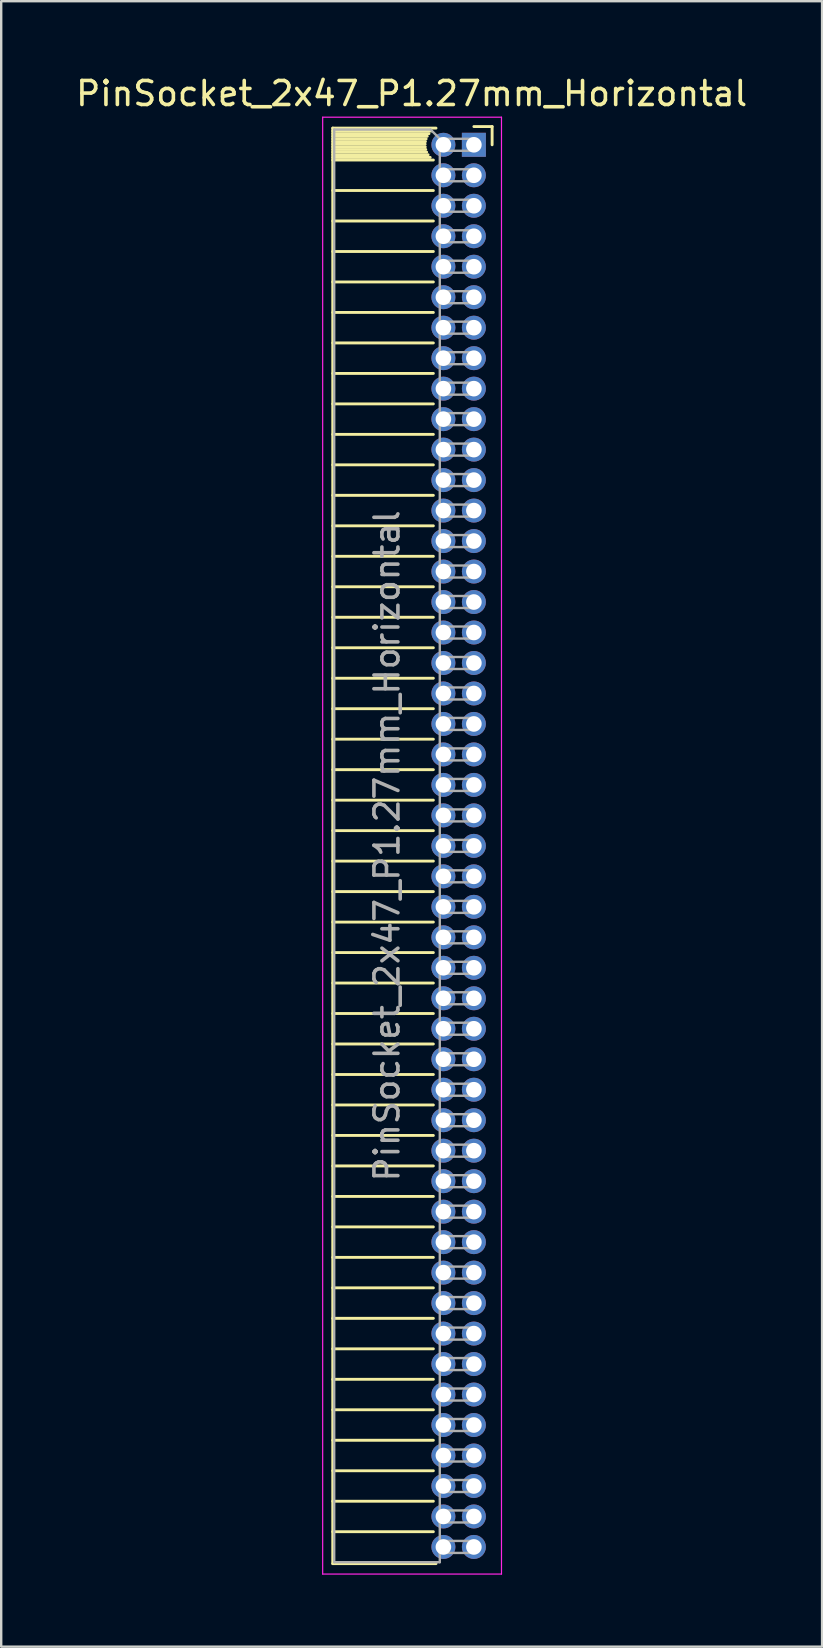
<source format=kicad_pcb>
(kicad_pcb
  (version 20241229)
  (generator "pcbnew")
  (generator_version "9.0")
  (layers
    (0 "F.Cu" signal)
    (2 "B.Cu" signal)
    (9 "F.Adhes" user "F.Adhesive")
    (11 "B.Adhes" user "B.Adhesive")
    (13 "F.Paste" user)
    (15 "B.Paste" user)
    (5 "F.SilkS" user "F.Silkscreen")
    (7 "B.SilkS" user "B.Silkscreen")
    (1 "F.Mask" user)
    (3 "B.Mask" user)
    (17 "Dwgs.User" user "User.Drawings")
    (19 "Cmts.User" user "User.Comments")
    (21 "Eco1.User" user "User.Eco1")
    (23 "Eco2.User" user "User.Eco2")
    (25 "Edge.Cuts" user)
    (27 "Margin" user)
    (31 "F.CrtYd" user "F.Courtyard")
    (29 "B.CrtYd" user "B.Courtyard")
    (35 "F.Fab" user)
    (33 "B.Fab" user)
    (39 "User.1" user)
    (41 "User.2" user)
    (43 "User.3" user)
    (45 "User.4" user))
  (footprint "PinSocket_2x47_P1.27mm_Horizontal"
    (layer "F.Cu")
    (at 16.694 2.983)
    (property "Reference" "PinSocket_2x47_P1.27mm_Horizontal" (at -2.592 -2.135 0) (layer "F.SilkS") (effects (font (size 1 1) (thickness 0.15))))
    (attr through_hole)
    (fp_line (start -5.88 -0.695) (end -5.88 59.115) (stroke (width 0.12) (type solid)) (layer "F.SilkS"))
    (fp_line (start -5.88 -0.695) (end -1.578 -0.695) (stroke (width 0.12) (type solid)) (layer "F.SilkS"))
    (fp_line (start -5.88 -0.575) (end -1.767 -0.575) (stroke (width 0.12) (type solid)) (layer "F.SilkS"))
    (fp_line (start -5.88 -0.465) (end -1.871 -0.465) (stroke (width 0.12) (type solid)) (layer "F.SilkS"))
    (fp_line (start -5.88 -0.355) (end -1.942 -0.355) (stroke (width 0.12) (type solid)) (layer "F.SilkS"))
    (fp_line (start -5.88 -0.245) (end -1.989 -0.245) (stroke (width 0.12) (type solid)) (layer "F.SilkS"))
    (fp_line (start -5.88 -0.135) (end -2.018 -0.135) (stroke (width 0.12) (type solid)) (layer "F.SilkS"))
    (fp_line (start -5.88 -0.025) (end -2.03 -0.025) (stroke (width 0.12) (type solid)) (layer "F.SilkS"))
    (fp_line (start -5.88 0.085) (end -2.025 0.085) (stroke (width 0.12) (type solid)) (layer "F.SilkS"))
    (fp_line (start -5.88 0.195) (end -2.005 0.195) (stroke (width 0.12) (type solid)) (layer "F.SilkS"))
    (fp_line (start -5.88 0.305) (end -1.966 0.305) (stroke (width 0.12) (type solid)) (layer "F.SilkS"))
    (fp_line (start -5.88 0.415) (end -1.907 0.415) (stroke (width 0.12) (type solid)) (layer "F.SilkS"))
    (fp_line (start -5.88 0.525) (end -1.82 0.525) (stroke (width 0.12) (type solid)) (layer "F.SilkS"))
    (fp_line (start -5.88 0.635) (end -1.688 0.635) (stroke (width 0.12) (type solid)) (layer "F.SilkS"))
    (fp_line (start -5.88 1.905) (end -1.688 1.905) (stroke (width 0.12) (type solid)) (layer "F.SilkS"))
    (fp_line (start -5.88 3.175) (end -1.688 3.175) (stroke (width 0.12) (type solid)) (layer "F.SilkS"))
    (fp_line (start -5.88 4.445) (end -1.688 4.445) (stroke (width 0.12) (type solid)) (layer "F.SilkS"))
    (fp_line (start -5.88 5.715) (end -1.688 5.715) (stroke (width 0.12) (type solid)) (layer "F.SilkS"))
    (fp_line (start -5.88 6.985) (end -1.688 6.985) (stroke (width 0.12) (type solid)) (layer "F.SilkS"))
    (fp_line (start -5.88 8.255) (end -1.688 8.255) (stroke (width 0.12) (type solid)) (layer "F.SilkS"))
    (fp_line (start -5.88 9.525) (end -1.688 9.525) (stroke (width 0.12) (type solid)) (layer "F.SilkS"))
    (fp_line (start -5.88 10.795) (end -1.688 10.795) (stroke (width 0.12) (type solid)) (layer "F.SilkS"))
    (fp_line (start -5.88 12.065) (end -1.688 12.065) (stroke (width 0.12) (type solid)) (layer "F.SilkS"))
    (fp_line (start -5.88 13.335) (end -1.688 13.335) (stroke (width 0.12) (type solid)) (layer "F.SilkS"))
    (fp_line (start -5.88 14.605) (end -1.688 14.605) (stroke (width 0.12) (type solid)) (layer "F.SilkS"))
    (fp_line (start -5.88 15.875) (end -1.688 15.875) (stroke (width 0.12) (type solid)) (layer "F.SilkS"))
    (fp_line (start -5.88 17.145) (end -1.688 17.145) (stroke (width 0.12) (type solid)) (layer "F.SilkS"))
    (fp_line (start -5.88 18.415) (end -1.688 18.415) (stroke (width 0.12) (type solid)) (layer "F.SilkS"))
    (fp_line (start -5.88 19.685) (end -1.688 19.685) (stroke (width 0.12) (type solid)) (layer "F.SilkS"))
    (fp_line (start -5.88 20.955) (end -1.688 20.955) (stroke (width 0.12) (type solid)) (layer "F.SilkS"))
    (fp_line (start -5.88 22.225) (end -1.688 22.225) (stroke (width 0.12) (type solid)) (layer "F.SilkS"))
    (fp_line (start -5.88 23.495) (end -1.688 23.495) (stroke (width 0.12) (type solid)) (layer "F.SilkS"))
    (fp_line (start -5.88 24.765) (end -1.688 24.765) (stroke (width 0.12) (type solid)) (layer "F.SilkS"))
    (fp_line (start -5.88 26.035) (end -1.688 26.035) (stroke (width 0.12) (type solid)) (layer "F.SilkS"))
    (fp_line (start -5.88 27.305) (end -1.688 27.305) (stroke (width 0.12) (type solid)) (layer "F.SilkS"))
    (fp_line (start -5.88 28.575) (end -1.688 28.575) (stroke (width 0.12) (type solid)) (layer "F.SilkS"))
    (fp_line (start -5.88 29.845) (end -1.688 29.845) (stroke (width 0.12) (type solid)) (layer "F.SilkS"))
    (fp_line (start -5.88 31.115) (end -1.688 31.115) (stroke (width 0.12) (type solid)) (layer "F.SilkS"))
    (fp_line (start -5.88 32.385) (end -1.688 32.385) (stroke (width 0.12) (type solid)) (layer "F.SilkS"))
    (fp_line (start -5.88 33.655) (end -1.688 33.655) (stroke (width 0.12) (type solid)) (layer "F.SilkS"))
    (fp_line (start -5.88 34.925) (end -1.688 34.925) (stroke (width 0.12) (type solid)) (layer "F.SilkS"))
    (fp_line (start -5.88 36.195) (end -1.688 36.195) (stroke (width 0.12) (type solid)) (layer "F.SilkS"))
    (fp_line (start -5.88 37.465) (end -1.688 37.465) (stroke (width 0.12) (type solid)) (layer "F.SilkS"))
    (fp_line (start -5.88 38.735) (end -1.688 38.735) (stroke (width 0.12) (type solid)) (layer "F.SilkS"))
    (fp_line (start -5.88 40.005) (end -1.688 40.005) (stroke (width 0.12) (type solid)) (layer "F.SilkS"))
    (fp_line (start -5.88 41.275) (end -1.688 41.275) (stroke (width 0.12) (type solid)) (layer "F.SilkS"))
    (fp_line (start -5.88 42.545) (end -1.688 42.545) (stroke (width 0.12) (type solid)) (layer "F.SilkS"))
    (fp_line (start -5.88 43.815) (end -1.688 43.815) (stroke (width 0.12) (type solid)) (layer "F.SilkS"))
    (fp_line (start -5.88 45.085) (end -1.688 45.085) (stroke (width 0.12) (type solid)) (layer "F.SilkS"))
    (fp_line (start -5.88 46.355) (end -1.688 46.355) (stroke (width 0.12) (type solid)) (layer "F.SilkS"))
    (fp_line (start -5.88 47.625) (end -1.688 47.625) (stroke (width 0.12) (type solid)) (layer "F.SilkS"))
    (fp_line (start -5.88 48.895) (end -1.688 48.895) (stroke (width 0.12) (type solid)) (layer "F.SilkS"))
    (fp_line (start -5.88 50.165) (end -1.688 50.165) (stroke (width 0.12) (type solid)) (layer "F.SilkS"))
    (fp_line (start -5.88 51.435) (end -1.688 51.435) (stroke (width 0.12) (type solid)) (layer "F.SilkS"))
    (fp_line (start -5.88 52.705) (end -1.688 52.705) (stroke (width 0.12) (type solid)) (layer "F.SilkS"))
    (fp_line (start -5.88 53.975) (end -1.688 53.975) (stroke (width 0.12) (type solid)) (layer "F.SilkS"))
    (fp_line (start -5.88 55.245) (end -1.688 55.245) (stroke (width 0.12) (type solid)) (layer "F.SilkS"))
    (fp_line (start -5.88 56.515) (end -1.688 56.515) (stroke (width 0.12) (type solid)) (layer "F.SilkS"))
    (fp_line (start -5.88 57.785) (end -1.688 57.785) (stroke (width 0.12) (type solid)) (layer "F.SilkS"))
    (fp_line (start -5.88 59.115) (end -1.578 59.115) (stroke (width 0.12) (type solid)) (layer "F.SilkS"))
    (fp_line (start 0 -0.76) (end 0.76 -0.76) (stroke (width 0.12) (type solid)) (layer "F.SilkS"))
    (fp_line (start 0.76 -0.76) (end 0.76 0) (stroke (width 0.12) (type solid)) (layer "F.SilkS"))
    (fp_line (start -6.3 -1.15) (end -6.3 59.55) (stroke (width 0.05) (type solid)) (layer "F.CrtYd"))
    (fp_line (start -6.3 59.55) (end 1.15 59.55) (stroke (width 0.05) (type solid)) (layer "F.CrtYd"))
    (fp_line (start 1.15 -1.15) (end -6.3 -1.15) (stroke (width 0.05) (type solid)) (layer "F.CrtYd"))
    (fp_line (start 1.15 59.55) (end 1.15 -1.15) (stroke (width 0.05) (type solid)) (layer "F.CrtYd"))
    (fp_line (start -5.82 -0.635) (end -1.805 -0.635) (stroke (width 0.1) (type solid)) (layer "F.Fab"))
    (fp_line (start -5.82 59.055) (end -5.82 -0.635) (stroke (width 0.1) (type solid)) (layer "F.Fab"))
    (fp_line (start -1.805 -0.635) (end -1.42 -0.25) (stroke (width 0.1) (type solid)) (layer "F.Fab"))
    (fp_line (start -1.42 -0.25) (end -1.42 59.055) (stroke (width 0.1) (type solid)) (layer "F.Fab"))
    (fp_line (start -1.42 0.25) (end 0 0.25) (stroke (width 0.1) (type solid)) (layer "F.Fab"))
    (fp_line (start -1.42 1.52) (end 0 1.52) (stroke (width 0.1) (type solid)) (layer "F.Fab"))
    (fp_line (start -1.42 2.79) (end 0 2.79) (stroke (width 0.1) (type solid)) (layer "F.Fab"))
    (fp_line (start -1.42 4.06) (end 0 4.06) (stroke (width 0.1) (type solid)) (layer "F.Fab"))
    (fp_line (start -1.42 5.33) (end 0 5.33) (stroke (width 0.1) (type solid)) (layer "F.Fab"))
    (fp_line (start -1.42 6.6) (end 0 6.6) (stroke (width 0.1) (type solid)) (layer "F.Fab"))
    (fp_line (start -1.42 7.87) (end 0 7.87) (stroke (width 0.1) (type solid)) (layer "F.Fab"))
    (fp_line (start -1.42 9.14) (end 0 9.14) (stroke (width 0.1) (type solid)) (layer "F.Fab"))
    (fp_line (start -1.42 10.41) (end 0 10.41) (stroke (width 0.1) (type solid)) (layer "F.Fab"))
    (fp_line (start -1.42 11.68) (end 0 11.68) (stroke (width 0.1) (type solid)) (layer "F.Fab"))
    (fp_line (start -1.42 12.95) (end 0 12.95) (stroke (width 0.1) (type solid)) (layer "F.Fab"))
    (fp_line (start -1.42 14.22) (end 0 14.22) (stroke (width 0.1) (type solid)) (layer "F.Fab"))
    (fp_line (start -1.42 15.49) (end 0 15.49) (stroke (width 0.1) (type solid)) (layer "F.Fab"))
    (fp_line (start -1.42 16.76) (end 0 16.76) (stroke (width 0.1) (type solid)) (layer "F.Fab"))
    (fp_line (start -1.42 18.03) (end 0 18.03) (stroke (width 0.1) (type solid)) (layer "F.Fab"))
    (fp_line (start -1.42 19.3) (end 0 19.3) (stroke (width 0.1) (type solid)) (layer "F.Fab"))
    (fp_line (start -1.42 20.57) (end 0 20.57) (stroke (width 0.1) (type solid)) (layer "F.Fab"))
    (fp_line (start -1.42 21.84) (end 0 21.84) (stroke (width 0.1) (type solid)) (layer "F.Fab"))
    (fp_line (start -1.42 23.11) (end 0 23.11) (stroke (width 0.1) (type solid)) (layer "F.Fab"))
    (fp_line (start -1.42 24.38) (end 0 24.38) (stroke (width 0.1) (type solid)) (layer "F.Fab"))
    (fp_line (start -1.42 25.65) (end 0 25.65) (stroke (width 0.1) (type solid)) (layer "F.Fab"))
    (fp_line (start -1.42 26.92) (end 0 26.92) (stroke (width 0.1) (type solid)) (layer "F.Fab"))
    (fp_line (start -1.42 28.19) (end 0 28.19) (stroke (width 0.1) (type solid)) (layer "F.Fab"))
    (fp_line (start -1.42 29.46) (end 0 29.46) (stroke (width 0.1) (type solid)) (layer "F.Fab"))
    (fp_line (start -1.42 30.73) (end 0 30.73) (stroke (width 0.1) (type solid)) (layer "F.Fab"))
    (fp_line (start -1.42 32) (end 0 32) (stroke (width 0.1) (type solid)) (layer "F.Fab"))
    (fp_line (start -1.42 33.27) (end 0 33.27) (stroke (width 0.1) (type solid)) (layer "F.Fab"))
    (fp_line (start -1.42 34.54) (end 0 34.54) (stroke (width 0.1) (type solid)) (layer "F.Fab"))
    (fp_line (start -1.42 35.81) (end 0 35.81) (stroke (width 0.1) (type solid)) (layer "F.Fab"))
    (fp_line (start -1.42 37.08) (end 0 37.08) (stroke (width 0.1) (type solid)) (layer "F.Fab"))
    (fp_line (start -1.42 38.35) (end 0 38.35) (stroke (width 0.1) (type solid)) (layer "F.Fab"))
    (fp_line (start -1.42 39.62) (end 0 39.62) (stroke (width 0.1) (type solid)) (layer "F.Fab"))
    (fp_line (start -1.42 40.89) (end 0 40.89) (stroke (width 0.1) (type solid)) (layer "F.Fab"))
    (fp_line (start -1.42 42.16) (end 0 42.16) (stroke (width 0.1) (type solid)) (layer "F.Fab"))
    (fp_line (start -1.42 43.43) (end 0 43.43) (stroke (width 0.1) (type solid)) (layer "F.Fab"))
    (fp_line (start -1.42 44.7) (end 0 44.7) (stroke (width 0.1) (type solid)) (layer "F.Fab"))
    (fp_line (start -1.42 45.97) (end 0 45.97) (stroke (width 0.1) (type solid)) (layer "F.Fab"))
    (fp_line (start -1.42 47.24) (end 0 47.24) (stroke (width 0.1) (type solid)) (layer "F.Fab"))
    (fp_line (start -1.42 48.51) (end 0 48.51) (stroke (width 0.1) (type solid)) (layer "F.Fab"))
    (fp_line (start -1.42 49.78) (end 0 49.78) (stroke (width 0.1) (type solid)) (layer "F.Fab"))
    (fp_line (start -1.42 51.05) (end 0 51.05) (stroke (width 0.1) (type solid)) (layer "F.Fab"))
    (fp_line (start -1.42 52.32) (end 0 52.32) (stroke (width 0.1) (type solid)) (layer "F.Fab"))
    (fp_line (start -1.42 53.59) (end 0 53.59) (stroke (width 0.1) (type solid)) (layer "F.Fab"))
    (fp_line (start -1.42 54.86) (end 0 54.86) (stroke (width 0.1) (type solid)) (layer "F.Fab"))
    (fp_line (start -1.42 56.13) (end 0 56.13) (stroke (width 0.1) (type solid)) (layer "F.Fab"))
    (fp_line (start -1.42 57.4) (end 0 57.4) (stroke (width 0.1) (type solid)) (layer "F.Fab"))
    (fp_line (start -1.42 58.67) (end 0 58.67) (stroke (width 0.1) (type solid)) (layer "F.Fab"))
    (fp_line (start -1.42 59.055) (end -5.82 59.055) (stroke (width 0.1) (type solid)) (layer "F.Fab"))
    (fp_line (start 0 -0.25) (end -1.42 -0.25) (stroke (width 0.1) (type solid)) (layer "F.Fab"))
    (fp_line (start 0 0.25) (end 0 -0.25) (stroke (width 0.1) (type solid)) (layer "F.Fab"))
    (fp_line (start 0 1.02) (end -1.42 1.02) (stroke (width 0.1) (type solid)) (layer "F.Fab"))
    (fp_line (start 0 1.52) (end 0 1.02) (stroke (width 0.1) (type solid)) (layer "F.Fab"))
    (fp_line (start 0 2.29) (end -1.42 2.29) (stroke (width 0.1) (type solid)) (layer "F.Fab"))
    (fp_line (start 0 2.79) (end 0 2.29) (stroke (width 0.1) (type solid)) (layer "F.Fab"))
    (fp_line (start 0 3.56) (end -1.42 3.56) (stroke (width 0.1) (type solid)) (layer "F.Fab"))
    (fp_line (start 0 4.06) (end 0 3.56) (stroke (width 0.1) (type solid)) (layer "F.Fab"))
    (fp_line (start 0 4.83) (end -1.42 4.83) (stroke (width 0.1) (type solid)) (layer "F.Fab"))
    (fp_line (start 0 5.33) (end 0 4.83) (stroke (width 0.1) (type solid)) (layer "F.Fab"))
    (fp_line (start 0 6.1) (end -1.42 6.1) (stroke (width 0.1) (type solid)) (layer "F.Fab"))
    (fp_line (start 0 6.6) (end 0 6.1) (stroke (width 0.1) (type solid)) (layer "F.Fab"))
    (fp_line (start 0 7.37) (end -1.42 7.37) (stroke (width 0.1) (type solid)) (layer "F.Fab"))
    (fp_line (start 0 7.87) (end 0 7.37) (stroke (width 0.1) (type solid)) (layer "F.Fab"))
    (fp_line (start 0 8.64) (end -1.42 8.64) (stroke (width 0.1) (type solid)) (layer "F.Fab"))
    (fp_line (start 0 9.14) (end 0 8.64) (stroke (width 0.1) (type solid)) (layer "F.Fab"))
    (fp_line (start 0 9.91) (end -1.42 9.91) (stroke (width 0.1) (type solid)) (layer "F.Fab"))
    (fp_line (start 0 10.41) (end 0 9.91) (stroke (width 0.1) (type solid)) (layer "F.Fab"))
    (fp_line (start 0 11.18) (end -1.42 11.18) (stroke (width 0.1) (type solid)) (layer "F.Fab"))
    (fp_line (start 0 11.68) (end 0 11.18) (stroke (width 0.1) (type solid)) (layer "F.Fab"))
    (fp_line (start 0 12.45) (end -1.42 12.45) (stroke (width 0.1) (type solid)) (layer "F.Fab"))
    (fp_line (start 0 12.95) (end 0 12.45) (stroke (width 0.1) (type solid)) (layer "F.Fab"))
    (fp_line (start 0 13.72) (end -1.42 13.72) (stroke (width 0.1) (type solid)) (layer "F.Fab"))
    (fp_line (start 0 14.22) (end 0 13.72) (stroke (width 0.1) (type solid)) (layer "F.Fab"))
    (fp_line (start 0 14.99) (end -1.42 14.99) (stroke (width 0.1) (type solid)) (layer "F.Fab"))
    (fp_line (start 0 15.49) (end 0 14.99) (stroke (width 0.1) (type solid)) (layer "F.Fab"))
    (fp_line (start 0 16.26) (end -1.42 16.26) (stroke (width 0.1) (type solid)) (layer "F.Fab"))
    (fp_line (start 0 16.76) (end 0 16.26) (stroke (width 0.1) (type solid)) (layer "F.Fab"))
    (fp_line (start 0 17.53) (end -1.42 17.53) (stroke (width 0.1) (type solid)) (layer "F.Fab"))
    (fp_line (start 0 18.03) (end 0 17.53) (stroke (width 0.1) (type solid)) (layer "F.Fab"))
    (fp_line (start 0 18.8) (end -1.42 18.8) (stroke (width 0.1) (type solid)) (layer "F.Fab"))
    (fp_line (start 0 19.3) (end 0 18.8) (stroke (width 0.1) (type solid)) (layer "F.Fab"))
    (fp_line (start 0 20.07) (end -1.42 20.07) (stroke (width 0.1) (type solid)) (layer "F.Fab"))
    (fp_line (start 0 20.57) (end 0 20.07) (stroke (width 0.1) (type solid)) (layer "F.Fab"))
    (fp_line (start 0 21.34) (end -1.42 21.34) (stroke (width 0.1) (type solid)) (layer "F.Fab"))
    (fp_line (start 0 21.84) (end 0 21.34) (stroke (width 0.1) (type solid)) (layer "F.Fab"))
    (fp_line (start 0 22.61) (end -1.42 22.61) (stroke (width 0.1) (type solid)) (layer "F.Fab"))
    (fp_line (start 0 23.11) (end 0 22.61) (stroke (width 0.1) (type solid)) (layer "F.Fab"))
    (fp_line (start 0 23.88) (end -1.42 23.88) (stroke (width 0.1) (type solid)) (layer "F.Fab"))
    (fp_line (start 0 24.38) (end 0 23.88) (stroke (width 0.1) (type solid)) (layer "F.Fab"))
    (fp_line (start 0 25.15) (end -1.42 25.15) (stroke (width 0.1) (type solid)) (layer "F.Fab"))
    (fp_line (start 0 25.65) (end 0 25.15) (stroke (width 0.1) (type solid)) (layer "F.Fab"))
    (fp_line (start 0 26.42) (end -1.42 26.42) (stroke (width 0.1) (type solid)) (layer "F.Fab"))
    (fp_line (start 0 26.92) (end 0 26.42) (stroke (width 0.1) (type solid)) (layer "F.Fab"))
    (fp_line (start 0 27.69) (end -1.42 27.69) (stroke (width 0.1) (type solid)) (layer "F.Fab"))
    (fp_line (start 0 28.19) (end 0 27.69) (stroke (width 0.1) (type solid)) (layer "F.Fab"))
    (fp_line (start 0 28.96) (end -1.42 28.96) (stroke (width 0.1) (type solid)) (layer "F.Fab"))
    (fp_line (start 0 29.46) (end 0 28.96) (stroke (width 0.1) (type solid)) (layer "F.Fab"))
    (fp_line (start 0 30.23) (end -1.42 30.23) (stroke (width 0.1) (type solid)) (layer "F.Fab"))
    (fp_line (start 0 30.73) (end 0 30.23) (stroke (width 0.1) (type solid)) (layer "F.Fab"))
    (fp_line (start 0 31.5) (end -1.42 31.5) (stroke (width 0.1) (type solid)) (layer "F.Fab"))
    (fp_line (start 0 32) (end 0 31.5) (stroke (width 0.1) (type solid)) (layer "F.Fab"))
    (fp_line (start 0 32.77) (end -1.42 32.77) (stroke (width 0.1) (type solid)) (layer "F.Fab"))
    (fp_line (start 0 33.27) (end 0 32.77) (stroke (width 0.1) (type solid)) (layer "F.Fab"))
    (fp_line (start 0 34.04) (end -1.42 34.04) (stroke (width 0.1) (type solid)) (layer "F.Fab"))
    (fp_line (start 0 34.54) (end 0 34.04) (stroke (width 0.1) (type solid)) (layer "F.Fab"))
    (fp_line (start 0 35.31) (end -1.42 35.31) (stroke (width 0.1) (type solid)) (layer "F.Fab"))
    (fp_line (start 0 35.81) (end 0 35.31) (stroke (width 0.1) (type solid)) (layer "F.Fab"))
    (fp_line (start 0 36.58) (end -1.42 36.58) (stroke (width 0.1) (type solid)) (layer "F.Fab"))
    (fp_line (start 0 37.08) (end 0 36.58) (stroke (width 0.1) (type solid)) (layer "F.Fab"))
    (fp_line (start 0 37.85) (end -1.42 37.85) (stroke (width 0.1) (type solid)) (layer "F.Fab"))
    (fp_line (start 0 38.35) (end 0 37.85) (stroke (width 0.1) (type solid)) (layer "F.Fab"))
    (fp_line (start 0 39.12) (end -1.42 39.12) (stroke (width 0.1) (type solid)) (layer "F.Fab"))
    (fp_line (start 0 39.62) (end 0 39.12) (stroke (width 0.1) (type solid)) (layer "F.Fab"))
    (fp_line (start 0 40.39) (end -1.42 40.39) (stroke (width 0.1) (type solid)) (layer "F.Fab"))
    (fp_line (start 0 40.89) (end 0 40.39) (stroke (width 0.1) (type solid)) (layer "F.Fab"))
    (fp_line (start 0 41.66) (end -1.42 41.66) (stroke (width 0.1) (type solid)) (layer "F.Fab"))
    (fp_line (start 0 42.16) (end 0 41.66) (stroke (width 0.1) (type solid)) (layer "F.Fab"))
    (fp_line (start 0 42.93) (end -1.42 42.93) (stroke (width 0.1) (type solid)) (layer "F.Fab"))
    (fp_line (start 0 43.43) (end 0 42.93) (stroke (width 0.1) (type solid)) (layer "F.Fab"))
    (fp_line (start 0 44.2) (end -1.42 44.2) (stroke (width 0.1) (type solid)) (layer "F.Fab"))
    (fp_line (start 0 44.7) (end 0 44.2) (stroke (width 0.1) (type solid)) (layer "F.Fab"))
    (fp_line (start 0 45.47) (end -1.42 45.47) (stroke (width 0.1) (type solid)) (layer "F.Fab"))
    (fp_line (start 0 45.97) (end 0 45.47) (stroke (width 0.1) (type solid)) (layer "F.Fab"))
    (fp_line (start 0 46.74) (end -1.42 46.74) (stroke (width 0.1) (type solid)) (layer "F.Fab"))
    (fp_line (start 0 47.24) (end 0 46.74) (stroke (width 0.1) (type solid)) (layer "F.Fab"))
    (fp_line (start 0 48.01) (end -1.42 48.01) (stroke (width 0.1) (type solid)) (layer "F.Fab"))
    (fp_line (start 0 48.51) (end 0 48.01) (stroke (width 0.1) (type solid)) (layer "F.Fab"))
    (fp_line (start 0 49.28) (end -1.42 49.28) (stroke (width 0.1) (type solid)) (layer "F.Fab"))
    (fp_line (start 0 49.78) (end 0 49.28) (stroke (width 0.1) (type solid)) (layer "F.Fab"))
    (fp_line (start 0 50.55) (end -1.42 50.55) (stroke (width 0.1) (type solid)) (layer "F.Fab"))
    (fp_line (start 0 51.05) (end 0 50.55) (stroke (width 0.1) (type solid)) (layer "F.Fab"))
    (fp_line (start 0 51.82) (end -1.42 51.82) (stroke (width 0.1) (type solid)) (layer "F.Fab"))
    (fp_line (start 0 52.32) (end 0 51.82) (stroke (width 0.1) (type solid)) (layer "F.Fab"))
    (fp_line (start 0 53.09) (end -1.42 53.09) (stroke (width 0.1) (type solid)) (layer "F.Fab"))
    (fp_line (start 0 53.59) (end 0 53.09) (stroke (width 0.1) (type solid)) (layer "F.Fab"))
    (fp_line (start 0 54.36) (end -1.42 54.36) (stroke (width 0.1) (type solid)) (layer "F.Fab"))
    (fp_line (start 0 54.86) (end 0 54.36) (stroke (width 0.1) (type solid)) (layer "F.Fab"))
    (fp_line (start 0 55.63) (end -1.42 55.63) (stroke (width 0.1) (type solid)) (layer "F.Fab"))
    (fp_line (start 0 56.13) (end 0 55.63) (stroke (width 0.1) (type solid)) (layer "F.Fab"))
    (fp_line (start 0 56.9) (end -1.42 56.9) (stroke (width 0.1) (type solid)) (layer "F.Fab"))
    (fp_line (start 0 57.4) (end 0 56.9) (stroke (width 0.1) (type solid)) (layer "F.Fab"))
    (fp_line (start 0 58.17) (end -1.42 58.17) (stroke (width 0.1) (type solid)) (layer "F.Fab"))
    (fp_line (start 0 58.67) (end 0 58.17) (stroke (width 0.1) (type solid)) (layer "F.Fab"))
    (fp_text user "${REFERENCE}" (at -3.62 29.21 90) (layer "F.Fab") (effects (font (size 1 1) (thickness 0.15))))
    (pad "1" thru_hole rect (at 0 0) (size 1 1) (drill 0.65) (layers "*.Cu" "*.Mask"))
    (pad "2" thru_hole circle (at -1.27 0) (size 1 1) (drill 0.65) (layers "*.Cu" "*.Mask"))
    (pad "3" thru_hole circle (at 0 1.27) (size 1 1) (drill 0.65) (layers "*.Cu" "*.Mask"))
    (pad "4" thru_hole circle (at -1.27 1.27) (size 1 1) (drill 0.65) (layers "*.Cu" "*.Mask"))
    (pad "5" thru_hole circle (at 0 2.54) (size 1 1) (drill 0.65) (layers "*.Cu" "*.Mask"))
    (pad "6" thru_hole circle (at -1.27 2.54) (size 1 1) (drill 0.65) (layers "*.Cu" "*.Mask"))
    (pad "7" thru_hole circle (at 0 3.81) (size 1 1) (drill 0.65) (layers "*.Cu" "*.Mask"))
    (pad "8" thru_hole circle (at -1.27 3.81) (size 1 1) (drill 0.65) (layers "*.Cu" "*.Mask"))
    (pad "9" thru_hole circle (at 0 5.08) (size 1 1) (drill 0.65) (layers "*.Cu" "*.Mask"))
    (pad "10" thru_hole circle (at -1.27 5.08) (size 1 1) (drill 0.65) (layers "*.Cu" "*.Mask"))
    (pad "11" thru_hole circle (at 0 6.35) (size 1 1) (drill 0.65) (layers "*.Cu" "*.Mask"))
    (pad "12" thru_hole circle (at -1.27 6.35) (size 1 1) (drill 0.65) (layers "*.Cu" "*.Mask"))
    (pad "13" thru_hole circle (at 0 7.62) (size 1 1) (drill 0.65) (layers "*.Cu" "*.Mask"))
    (pad "14" thru_hole circle (at -1.27 7.62) (size 1 1) (drill 0.65) (layers "*.Cu" "*.Mask"))
    (pad "15" thru_hole circle (at 0 8.89) (size 1 1) (drill 0.65) (layers "*.Cu" "*.Mask"))
    (pad "16" thru_hole circle (at -1.27 8.89) (size 1 1) (drill 0.65) (layers "*.Cu" "*.Mask"))
    (pad "17" thru_hole circle (at 0 10.16) (size 1 1) (drill 0.65) (layers "*.Cu" "*.Mask"))
    (pad "18" thru_hole circle (at -1.27 10.16) (size 1 1) (drill 0.65) (layers "*.Cu" "*.Mask"))
    (pad "19" thru_hole circle (at 0 11.43) (size 1 1) (drill 0.65) (layers "*.Cu" "*.Mask"))
    (pad "20" thru_hole circle (at -1.27 11.43) (size 1 1) (drill 0.65) (layers "*.Cu" "*.Mask"))
    (pad "21" thru_hole circle (at 0 12.7) (size 1 1) (drill 0.65) (layers "*.Cu" "*.Mask"))
    (pad "22" thru_hole circle (at -1.27 12.7) (size 1 1) (drill 0.65) (layers "*.Cu" "*.Mask"))
    (pad "23" thru_hole circle (at 0 13.97) (size 1 1) (drill 0.65) (layers "*.Cu" "*.Mask"))
    (pad "24" thru_hole circle (at -1.27 13.97) (size 1 1) (drill 0.65) (layers "*.Cu" "*.Mask"))
    (pad "25" thru_hole circle (at 0 15.24) (size 1 1) (drill 0.65) (layers "*.Cu" "*.Mask"))
    (pad "26" thru_hole circle (at -1.27 15.24) (size 1 1) (drill 0.65) (layers "*.Cu" "*.Mask"))
    (pad "27" thru_hole circle (at 0 16.51) (size 1 1) (drill 0.65) (layers "*.Cu" "*.Mask"))
    (pad "28" thru_hole circle (at -1.27 16.51) (size 1 1) (drill 0.65) (layers "*.Cu" "*.Mask"))
    (pad "29" thru_hole circle (at 0 17.78) (size 1 1) (drill 0.65) (layers "*.Cu" "*.Mask"))
    (pad "30" thru_hole circle (at -1.27 17.78) (size 1 1) (drill 0.65) (layers "*.Cu" "*.Mask"))
    (pad "31" thru_hole circle (at 0 19.05) (size 1 1) (drill 0.65) (layers "*.Cu" "*.Mask"))
    (pad "32" thru_hole circle (at -1.27 19.05) (size 1 1) (drill 0.65) (layers "*.Cu" "*.Mask"))
    (pad "33" thru_hole circle (at 0 20.32) (size 1 1) (drill 0.65) (layers "*.Cu" "*.Mask"))
    (pad "34" thru_hole circle (at -1.27 20.32) (size 1 1) (drill 0.65) (layers "*.Cu" "*.Mask"))
    (pad "35" thru_hole circle (at 0 21.59) (size 1 1) (drill 0.65) (layers "*.Cu" "*.Mask"))
    (pad "36" thru_hole circle (at -1.27 21.59) (size 1 1) (drill 0.65) (layers "*.Cu" "*.Mask"))
    (pad "37" thru_hole circle (at 0 22.86) (size 1 1) (drill 0.65) (layers "*.Cu" "*.Mask"))
    (pad "38" thru_hole circle (at -1.27 22.86) (size 1 1) (drill 0.65) (layers "*.Cu" "*.Mask"))
    (pad "39" thru_hole circle (at 0 24.13) (size 1 1) (drill 0.65) (layers "*.Cu" "*.Mask"))
    (pad "40" thru_hole circle (at -1.27 24.13) (size 1 1) (drill 0.65) (layers "*.Cu" "*.Mask"))
    (pad "41" thru_hole circle (at 0 25.4) (size 1 1) (drill 0.65) (layers "*.Cu" "*.Mask"))
    (pad "42" thru_hole circle (at -1.27 25.4) (size 1 1) (drill 0.65) (layers "*.Cu" "*.Mask"))
    (pad "43" thru_hole circle (at 0 26.67) (size 1 1) (drill 0.65) (layers "*.Cu" "*.Mask"))
    (pad "44" thru_hole circle (at -1.27 26.67) (size 1 1) (drill 0.65) (layers "*.Cu" "*.Mask"))
    (pad "45" thru_hole circle (at 0 27.94) (size 1 1) (drill 0.65) (layers "*.Cu" "*.Mask"))
    (pad "46" thru_hole circle (at -1.27 27.94) (size 1 1) (drill 0.65) (layers "*.Cu" "*.Mask"))
    (pad "47" thru_hole circle (at 0 29.21) (size 1 1) (drill 0.65) (layers "*.Cu" "*.Mask"))
    (pad "48" thru_hole circle (at -1.27 29.21) (size 1 1) (drill 0.65) (layers "*.Cu" "*.Mask"))
    (pad "49" thru_hole circle (at 0 30.48) (size 1 1) (drill 0.65) (layers "*.Cu" "*.Mask"))
    (pad "50" thru_hole circle (at -1.27 30.48) (size 1 1) (drill 0.65) (layers "*.Cu" "*.Mask"))
    (pad "51" thru_hole circle (at 0 31.75) (size 1 1) (drill 0.65) (layers "*.Cu" "*.Mask"))
    (pad "52" thru_hole circle (at -1.27 31.75) (size 1 1) (drill 0.65) (layers "*.Cu" "*.Mask"))
    (pad "53" thru_hole circle (at 0 33.02) (size 1 1) (drill 0.65) (layers "*.Cu" "*.Mask"))
    (pad "54" thru_hole circle (at -1.27 33.02) (size 1 1) (drill 0.65) (layers "*.Cu" "*.Mask"))
    (pad "55" thru_hole circle (at 0 34.29) (size 1 1) (drill 0.65) (layers "*.Cu" "*.Mask"))
    (pad "56" thru_hole circle (at -1.27 34.29) (size 1 1) (drill 0.65) (layers "*.Cu" "*.Mask"))
    (pad "57" thru_hole circle (at 0 35.56) (size 1 1) (drill 0.65) (layers "*.Cu" "*.Mask"))
    (pad "58" thru_hole circle (at -1.27 35.56) (size 1 1) (drill 0.65) (layers "*.Cu" "*.Mask"))
    (pad "59" thru_hole circle (at 0 36.83) (size 1 1) (drill 0.65) (layers "*.Cu" "*.Mask"))
    (pad "60" thru_hole circle (at -1.27 36.83) (size 1 1) (drill 0.65) (layers "*.Cu" "*.Mask"))
    (pad "61" thru_hole circle (at 0 38.1) (size 1 1) (drill 0.65) (layers "*.Cu" "*.Mask"))
    (pad "62" thru_hole circle (at -1.27 38.1) (size 1 1) (drill 0.65) (layers "*.Cu" "*.Mask"))
    (pad "63" thru_hole circle (at 0 39.37) (size 1 1) (drill 0.65) (layers "*.Cu" "*.Mask"))
    (pad "64" thru_hole circle (at -1.27 39.37) (size 1 1) (drill 0.65) (layers "*.Cu" "*.Mask"))
    (pad "65" thru_hole circle (at 0 40.64) (size 1 1) (drill 0.65) (layers "*.Cu" "*.Mask"))
    (pad "66" thru_hole circle (at -1.27 40.64) (size 1 1) (drill 0.65) (layers "*.Cu" "*.Mask"))
    (pad "67" thru_hole circle (at 0 41.91) (size 1 1) (drill 0.65) (layers "*.Cu" "*.Mask"))
    (pad "68" thru_hole circle (at -1.27 41.91) (size 1 1) (drill 0.65) (layers "*.Cu" "*.Mask"))
    (pad "69" thru_hole circle (at 0 43.18) (size 1 1) (drill 0.65) (layers "*.Cu" "*.Mask"))
    (pad "70" thru_hole circle (at -1.27 43.18) (size 1 1) (drill 0.65) (layers "*.Cu" "*.Mask"))
    (pad "71" thru_hole circle (at 0 44.45) (size 1 1) (drill 0.65) (layers "*.Cu" "*.Mask"))
    (pad "72" thru_hole circle (at -1.27 44.45) (size 1 1) (drill 0.65) (layers "*.Cu" "*.Mask"))
    (pad "73" thru_hole circle (at 0 45.72) (size 1 1) (drill 0.65) (layers "*.Cu" "*.Mask"))
    (pad "74" thru_hole circle (at -1.27 45.72) (size 1 1) (drill 0.65) (layers "*.Cu" "*.Mask"))
    (pad "75" thru_hole circle (at 0 46.99) (size 1 1) (drill 0.65) (layers "*.Cu" "*.Mask"))
    (pad "76" thru_hole circle (at -1.27 46.99) (size 1 1) (drill 0.65) (layers "*.Cu" "*.Mask"))
    (pad "77" thru_hole circle (at 0 48.26) (size 1 1) (drill 0.65) (layers "*.Cu" "*.Mask"))
    (pad "78" thru_hole circle (at -1.27 48.26) (size 1 1) (drill 0.65) (layers "*.Cu" "*.Mask"))
    (pad "79" thru_hole circle (at 0 49.53) (size 1 1) (drill 0.65) (layers "*.Cu" "*.Mask"))
    (pad "80" thru_hole circle (at -1.27 49.53) (size 1 1) (drill 0.65) (layers "*.Cu" "*.Mask"))
    (pad "81" thru_hole circle (at 0 50.8) (size 1 1) (drill 0.65) (layers "*.Cu" "*.Mask"))
    (pad "82" thru_hole circle (at -1.27 50.8) (size 1 1) (drill 0.65) (layers "*.Cu" "*.Mask"))
    (pad "83" thru_hole circle (at 0 52.07) (size 1 1) (drill 0.65) (layers "*.Cu" "*.Mask"))
    (pad "84" thru_hole circle (at -1.27 52.07) (size 1 1) (drill 0.65) (layers "*.Cu" "*.Mask"))
    (pad "85" thru_hole circle (at 0 53.34) (size 1 1) (drill 0.65) (layers "*.Cu" "*.Mask"))
    (pad "86" thru_hole circle (at -1.27 53.34) (size 1 1) (drill 0.65) (layers "*.Cu" "*.Mask"))
    (pad "87" thru_hole circle (at 0 54.61) (size 1 1) (drill 0.65) (layers "*.Cu" "*.Mask"))
    (pad "88" thru_hole circle (at -1.27 54.61) (size 1 1) (drill 0.65) (layers "*.Cu" "*.Mask"))
    (pad "89" thru_hole circle (at 0 55.88) (size 1 1) (drill 0.65) (layers "*.Cu" "*.Mask"))
    (pad "90" thru_hole circle (at -1.27 55.88) (size 1 1) (drill 0.65) (layers "*.Cu" "*.Mask"))
    (pad "91" thru_hole circle (at 0 57.15) (size 1 1) (drill 0.65) (layers "*.Cu" "*.Mask"))
    (pad "92" thru_hole circle (at -1.27 57.15) (size 1 1) (drill 0.65) (layers "*.Cu" "*.Mask"))
    (pad "93" thru_hole circle (at 0 58.42) (size 1 1) (drill 0.65) (layers "*.Cu" "*.Mask"))
    (pad "94" thru_hole circle (at -1.27 58.42) (size 1 1) (drill 0.65) (layers "*.Cu" "*.Mask")))
  (gr_rect
    (start -3 -3)
    (end 31.202 65.558)
    (stroke (width 0.1) (type default))
    (fill no)
    (layer "Edge.Cuts")))
</source>
